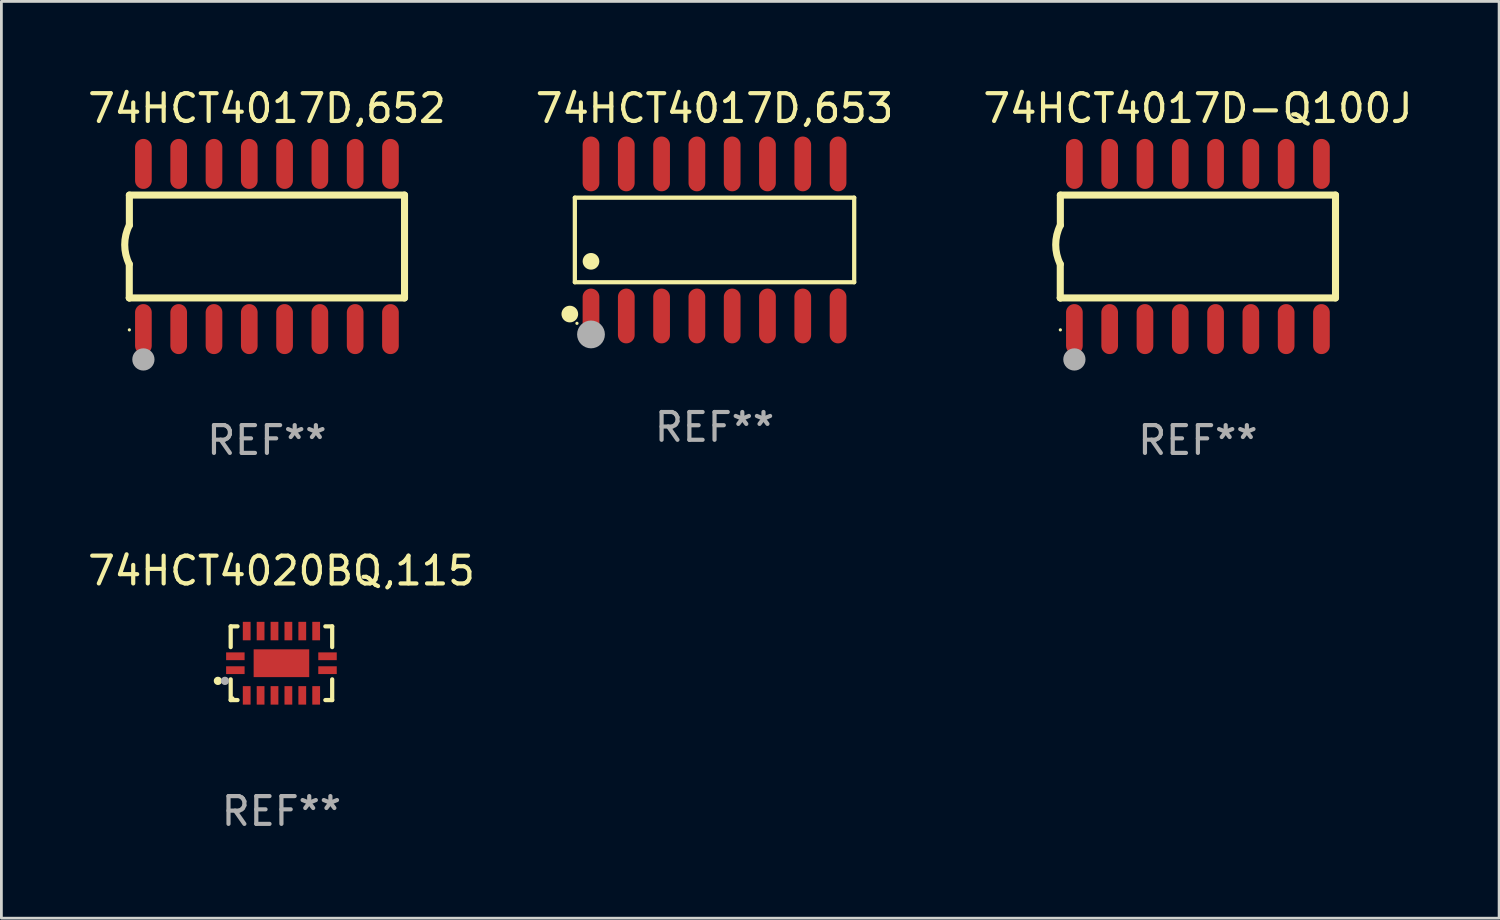
<source format=kicad_pcb>
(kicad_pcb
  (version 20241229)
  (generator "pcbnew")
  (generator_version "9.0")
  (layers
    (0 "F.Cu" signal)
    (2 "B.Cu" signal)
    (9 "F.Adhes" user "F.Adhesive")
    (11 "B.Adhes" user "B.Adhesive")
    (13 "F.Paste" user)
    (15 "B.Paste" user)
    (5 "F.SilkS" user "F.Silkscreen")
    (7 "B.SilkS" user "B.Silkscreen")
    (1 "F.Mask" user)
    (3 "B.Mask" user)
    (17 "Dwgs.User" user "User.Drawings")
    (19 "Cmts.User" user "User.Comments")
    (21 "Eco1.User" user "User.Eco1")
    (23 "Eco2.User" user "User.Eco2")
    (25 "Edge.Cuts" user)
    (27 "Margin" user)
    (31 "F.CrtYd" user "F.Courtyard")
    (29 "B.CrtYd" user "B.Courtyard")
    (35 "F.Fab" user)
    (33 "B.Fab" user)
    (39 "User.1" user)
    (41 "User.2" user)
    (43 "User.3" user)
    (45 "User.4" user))
  (footprint "74HCT4017D-Q100J"
    (layer "F.Cu")
    (at 40.054 5.82)
    (property "Reference" "74HCT4017D-Q100J" (at 0 -4.972 0) (layer "F.SilkS") (effects (font (size 1 1) (thickness 0.15))))
    (attr through_hole)
    (fp_line (start -4.952 0.635) (end -4.952 1.85) (stroke (width 0.254) (type solid)) (layer "F.SilkS"))
    (fp_line (start -4.952 1.85) (end -4.949 1.85) (stroke (width 0.254) (type solid)) (layer "F.SilkS"))
    (fp_line (start -4.949 -1.85) (end -4.949 -0.762) (stroke (width 0.254) (type solid)) (layer "F.SilkS"))
    (fp_line (start -4.949 1.85) (end 4.952 1.85) (stroke (width 0.254) (type solid)) (layer "F.SilkS"))
    (fp_line (start 4.952 -1.85) (end -4.949 -1.85) (stroke (width 0.254) (type solid)) (layer "F.SilkS"))
    (fp_line (start 4.952 1.85) (end 4.952 -1.85) (stroke (width 0.254) (type solid)) (layer "F.SilkS"))
    (fp_arc (start -4.951524 0.635001) (mid -5.116418 -0.0635) (end -4.951524 -0.762002) (stroke (width 0.254001) (type solid)) (layer "F.SilkS"))
    (fp_circle (center -4.949 3) (end -4.919 3) (stroke (width 0.06) (type solid)) (fill no) (layer "F.SilkS"))
    (fp_circle (center -4.444 4.064) (end -4.244 4.064) (stroke (width 0.4) (type solid)) (fill no) (layer "F.Fab"))
    (fp_text user "REF**" (at 0 6.972 0) (layer "F.Fab") (effects (font (size 1 1) (thickness 0.15))))
    (pad "1" smd oval (at -4.444 2.972 180) (size 0.6 1.8) (layers "F.Cu" "F.Mask" "F.Paste"))
    (pad "2" smd oval (at -3.174 2.972 180) (size 0.6 1.8) (layers "F.Cu" "F.Mask" "F.Paste"))
    (pad "3" smd oval (at -1.904 2.972 180) (size 0.6 1.8) (layers "F.Cu" "F.Mask" "F.Paste"))
    (pad "4" smd oval (at -0.634 2.972 180) (size 0.6 1.8) (layers "F.Cu" "F.Mask" "F.Paste"))
    (pad "5" smd oval (at 0.636 2.972 180) (size 0.6 1.8) (layers "F.Cu" "F.Mask" "F.Paste"))
    (pad "6" smd oval (at 1.906 2.972 180) (size 0.6 1.8) (layers "F.Cu" "F.Mask" "F.Paste"))
    (pad "7" smd oval (at 3.176 2.972 180) (size 0.6 1.8) (layers "F.Cu" "F.Mask" "F.Paste"))
    (pad "8" smd oval (at 4.446 2.972 180) (size 0.6 1.8) (layers "F.Cu" "F.Mask" "F.Paste"))
    (pad "9" smd oval (at 4.446 -2.972 180) (size 0.6 1.8) (layers "F.Cu" "F.Mask" "F.Paste"))
    (pad "10" smd oval (at 3.176 -2.972 180) (size 0.6 1.8) (layers "F.Cu" "F.Mask" "F.Paste"))
    (pad "11" smd oval (at 1.906 -2.972 180) (size 0.6 1.8) (layers "F.Cu" "F.Mask" "F.Paste"))
    (pad "12" smd oval (at 0.636 -2.972 180) (size 0.6 1.8) (layers "F.Cu" "F.Mask" "F.Paste"))
    (pad "13" smd oval (at -0.634 -2.972 180) (size 0.6 1.8) (layers "F.Cu" "F.Mask" "F.Paste"))
    (pad "14" smd oval (at -1.904 -2.972 180) (size 0.6 1.8) (layers "F.Cu" "F.Mask" "F.Paste"))
    (pad "15" smd oval (at -3.174 -2.972 180) (size 0.6 1.8) (layers "F.Cu" "F.Mask" "F.Paste"))
    (pad "16" smd oval (at -4.444 -2.972 180) (size 0.6 1.8) (layers "F.Cu" "F.Mask" "F.Paste")))
  (footprint "74HCT4020BQ,115"
    (layer "F.Cu")
    (at 7.077 20.815)
    (property "Reference" "74HCT4020BQ,115" (at 0 -3.326 0) (layer "F.SilkS") (effects (font (size 1 1) (thickness 0.15))))
    (attr through_hole)
    (fp_line (start -1.826 -1.326) (end -1.58 -1.326) (stroke (width 0.152) (type solid)) (layer "F.SilkS"))
    (fp_line (start -1.826 -0.58) (end -1.826 -1.326) (stroke (width 0.152) (type solid)) (layer "F.SilkS"))
    (fp_line (start -1.826 0.58) (end -1.826 1.326) (stroke (width 0.152) (type solid)) (layer "F.SilkS"))
    (fp_line (start -1.826 1.326) (end -1.58 1.326) (stroke (width 0.152) (type solid)) (layer "F.SilkS"))
    (fp_line (start 1.826 -1.326) (end 1.58 -1.326) (stroke (width 0.152) (type solid)) (layer "F.SilkS"))
    (fp_line (start 1.826 -0.58) (end 1.826 -1.326) (stroke (width 0.152) (type solid)) (layer "F.SilkS"))
    (fp_line (start 1.826 0.58) (end 1.826 1.326) (stroke (width 0.152) (type solid)) (layer "F.SilkS"))
    (fp_line (start 1.826 1.326) (end 1.58 1.326) (stroke (width 0.152) (type solid)) (layer "F.SilkS"))
    (fp_circle (center -2.286 0.635) (end -2.211 0.635) (stroke (width 0.15) (type solid)) (fill no) (layer "F.SilkS"))
    (fp_circle (center -1.75 1.25) (end -1.72 1.25) (stroke (width 0.06) (type solid)) (fill no) (layer "F.SilkS"))
    (fp_circle (center -2.032 0.635) (end -1.957 0.635) (stroke (width 0.15) (type solid)) (fill no) (layer "F.Fab"))
    (fp_text user "REF**" (at 0 5.326 0) (layer "F.Fab") (effects (font (size 1 1) (thickness 0.15))))
    (pad "1" smd rect (at -1.658 0.25) (size 0.665 0.28) (layers "F.Cu" "F.Mask" "F.Paste"))
    (pad "2" smd rect (at -1.25 1.157) (size 0.28 0.665) (layers "F.Cu" "F.Mask" "F.Paste"))
    (pad "3" smd rect (at -0.75 1.157) (size 0.28 0.665) (layers "F.Cu" "F.Mask" "F.Paste"))
    (pad "4" smd rect (at -0.25 1.157) (size 0.28 0.665) (layers "F.Cu" "F.Mask" "F.Paste"))
    (pad "5" smd rect (at 0.25 1.157) (size 0.28 0.665) (layers "F.Cu" "F.Mask" "F.Paste"))
    (pad "6" smd rect (at 0.75 1.157) (size 0.28 0.665) (layers "F.Cu" "F.Mask" "F.Paste"))
    (pad "7" smd rect (at 1.25 1.157) (size 0.28 0.665) (layers "F.Cu" "F.Mask" "F.Paste"))
    (pad "8" smd rect (at 1.658 0.25) (size 0.665 0.28) (layers "F.Cu" "F.Mask" "F.Paste"))
    (pad "9" smd rect (at 1.658 -0.25) (size 0.665 0.28) (layers "F.Cu" "F.Mask" "F.Paste"))
    (pad "10" smd rect (at 1.25 -1.157) (size 0.28 0.665) (layers "F.Cu" "F.Mask" "F.Paste"))
    (pad "11" smd rect (at 0.75 -1.157) (size 0.28 0.665) (layers "F.Cu" "F.Mask" "F.Paste"))
    (pad "12" smd rect (at 0.25 -1.157) (size 0.28 0.665) (layers "F.Cu" "F.Mask" "F.Paste"))
    (pad "13" smd rect (at -0.25 -1.157) (size 0.28 0.665) (layers "F.Cu" "F.Mask" "F.Paste"))
    (pad "14" smd rect (at -0.75 -1.157) (size 0.28 0.665) (layers "F.Cu" "F.Mask" "F.Paste"))
    (pad "15" smd rect (at -1.25 -1.157) (size 0.28 0.665) (layers "F.Cu" "F.Mask" "F.Paste"))
    (pad "16" smd rect (at -1.658 -0.25) (size 0.665 0.28) (layers "F.Cu" "F.Mask" "F.Paste"))
    (pad "17" smd rect (at 0 0) (size 2 1) (layers "F.Cu" "F.Mask" "F.Paste")))
  (footprint "74HCT4017D,652"
    (layer "F.Cu")
    (at 6.554 5.82)
    (property "Reference" "74HCT4017D,652" (at 0 -4.972 0) (layer "F.SilkS") (effects (font (size 1 1) (thickness 0.15))))
    (attr through_hole)
    (fp_line (start -4.952 0.635) (end -4.952 1.85) (stroke (width 0.254) (type solid)) (layer "F.SilkS"))
    (fp_line (start -4.952 1.85) (end -4.949 1.85) (stroke (width 0.254) (type solid)) (layer "F.SilkS"))
    (fp_line (start -4.949 -1.85) (end -4.949 -0.762) (stroke (width 0.254) (type solid)) (layer "F.SilkS"))
    (fp_line (start -4.949 1.85) (end 4.952 1.85) (stroke (width 0.254) (type solid)) (layer "F.SilkS"))
    (fp_line (start 4.952 -1.85) (end -4.949 -1.85) (stroke (width 0.254) (type solid)) (layer "F.SilkS"))
    (fp_line (start 4.952 1.85) (end 4.952 -1.85) (stroke (width 0.254) (type solid)) (layer "F.SilkS"))
    (fp_arc (start -4.951524 0.635001) (mid -5.116418 -0.0635) (end -4.951524 -0.762002) (stroke (width 0.254001) (type solid)) (layer "F.SilkS"))
    (fp_circle (center -4.949 3) (end -4.919 3) (stroke (width 0.06) (type solid)) (fill no) (layer "F.SilkS"))
    (fp_circle (center -4.444 4.064) (end -4.244 4.064) (stroke (width 0.4) (type solid)) (fill no) (layer "F.Fab"))
    (fp_text user "REF**" (at 0 6.972 0) (layer "F.Fab") (effects (font (size 1 1) (thickness 0.15))))
    (pad "1" smd oval (at -4.444 2.972 180) (size 0.6 1.8) (layers "F.Cu" "F.Mask" "F.Paste"))
    (pad "2" smd oval (at -3.174 2.972 180) (size 0.6 1.8) (layers "F.Cu" "F.Mask" "F.Paste"))
    (pad "3" smd oval (at -1.904 2.972 180) (size 0.6 1.8) (layers "F.Cu" "F.Mask" "F.Paste"))
    (pad "4" smd oval (at -0.634 2.972 180) (size 0.6 1.8) (layers "F.Cu" "F.Mask" "F.Paste"))
    (pad "5" smd oval (at 0.636 2.972 180) (size 0.6 1.8) (layers "F.Cu" "F.Mask" "F.Paste"))
    (pad "6" smd oval (at 1.906 2.972 180) (size 0.6 1.8) (layers "F.Cu" "F.Mask" "F.Paste"))
    (pad "7" smd oval (at 3.176 2.972 180) (size 0.6 1.8) (layers "F.Cu" "F.Mask" "F.Paste"))
    (pad "8" smd oval (at 4.446 2.972 180) (size 0.6 1.8) (layers "F.Cu" "F.Mask" "F.Paste"))
    (pad "9" smd oval (at 4.446 -2.972 180) (size 0.6 1.8) (layers "F.Cu" "F.Mask" "F.Paste"))
    (pad "10" smd oval (at 3.176 -2.972 180) (size 0.6 1.8) (layers "F.Cu" "F.Mask" "F.Paste"))
    (pad "11" smd oval (at 1.906 -2.972 180) (size 0.6 1.8) (layers "F.Cu" "F.Mask" "F.Paste"))
    (pad "12" smd oval (at 0.636 -2.972 180) (size 0.6 1.8) (layers "F.Cu" "F.Mask" "F.Paste"))
    (pad "13" smd oval (at -0.634 -2.972 180) (size 0.6 1.8) (layers "F.Cu" "F.Mask" "F.Paste"))
    (pad "14" smd oval (at -1.904 -2.972 180) (size 0.6 1.8) (layers "F.Cu" "F.Mask" "F.Paste"))
    (pad "15" smd oval (at -3.174 -2.972 180) (size 0.6 1.8) (layers "F.Cu" "F.Mask" "F.Paste"))
    (pad "16" smd oval (at -4.444 -2.972 180) (size 0.6 1.8) (layers "F.Cu" "F.Mask" "F.Paste")))
  (footprint "74HCT4017D,653"
    (layer "F.Cu")
    (at 22.661 5.584)
    (property "Reference" "74HCT4017D,653" (at 0 -4.736 0) (layer "F.SilkS") (effects (font (size 1 1) (thickness 0.15))))
    (attr through_hole)
    (fp_line (start -5.026 -1.521) (end 5.026 -1.521) (stroke (width 0.152) (type solid)) (layer "F.SilkS"))
    (fp_line (start -5.026 1.521) (end -5.026 -1.521) (stroke (width 0.152) (type solid)) (layer "F.SilkS"))
    (fp_line (start 5.026 -1.521) (end 5.026 1.521) (stroke (width 0.152) (type solid)) (layer "F.SilkS"))
    (fp_line (start 5.026 1.521) (end -5.026 1.521) (stroke (width 0.152) (type solid)) (layer "F.SilkS"))
    (fp_circle (center -5.207 2.667) (end -5.057 2.667) (stroke (width 0.3) (type solid)) (fill no) (layer "F.SilkS"))
    (fp_circle (center -4.95 3) (end -4.92 3) (stroke (width 0.06) (type solid)) (fill no) (layer "F.SilkS"))
    (fp_circle (center -4.445 0.769) (end -4.295 0.769) (stroke (width 0.3) (type solid)) (fill no) (layer "F.SilkS"))
    (fp_circle (center -4.445 3.4) (end -4.195 3.4) (stroke (width 0.5) (type solid)) (fill no) (layer "F.Fab"))
    (fp_text user "REF**" (at 0 6.736 0) (layer "F.Fab") (effects (font (size 1 1) (thickness 0.15))))
    (pad "1" smd oval (at -4.445 2.736) (size 0.602 1.971) (layers "F.Cu" "F.Mask" "F.Paste"))
    (pad "2" smd oval (at -3.175 2.736) (size 0.602 1.971) (layers "F.Cu" "F.Mask" "F.Paste"))
    (pad "3" smd oval (at -1.905 2.736) (size 0.602 1.971) (layers "F.Cu" "F.Mask" "F.Paste"))
    (pad "4" smd oval (at -0.635 2.736) (size 0.602 1.971) (layers "F.Cu" "F.Mask" "F.Paste"))
    (pad "5" smd oval (at 0.635 2.736) (size 0.602 1.971) (layers "F.Cu" "F.Mask" "F.Paste"))
    (pad "6" smd oval (at 1.905 2.736) (size 0.602 1.971) (layers "F.Cu" "F.Mask" "F.Paste"))
    (pad "7" smd oval (at 3.175 2.736) (size 0.602 1.971) (layers "F.Cu" "F.Mask" "F.Paste"))
    (pad "8" smd oval (at 4.445 2.736) (size 0.602 1.971) (layers "F.Cu" "F.Mask" "F.Paste"))
    (pad "9" smd oval (at 4.445 -2.736) (size 0.602 1.971) (layers "F.Cu" "F.Mask" "F.Paste"))
    (pad "10" smd oval (at 3.175 -2.736) (size 0.602 1.971) (layers "F.Cu" "F.Mask" "F.Paste"))
    (pad "11" smd oval (at 1.905 -2.736) (size 0.602 1.971) (layers "F.Cu" "F.Mask" "F.Paste"))
    (pad "12" smd oval (at 0.635 -2.736) (size 0.602 1.971) (layers "F.Cu" "F.Mask" "F.Paste"))
    (pad "13" smd oval (at -0.635 -2.736) (size 0.602 1.971) (layers "F.Cu" "F.Mask" "F.Paste"))
    (pad "14" smd oval (at -1.905 -2.736) (size 0.602 1.971) (layers "F.Cu" "F.Mask" "F.Paste"))
    (pad "15" smd oval (at -3.175 -2.736) (size 0.602 1.971) (layers "F.Cu" "F.Mask" "F.Paste"))
    (pad "16" smd oval (at -4.445 -2.736) (size 0.602 1.971) (layers "F.Cu" "F.Mask" "F.Paste")))
  (gr_rect
    (start -3 -3)
    (end 50.893 29.989)
    (stroke (width 0.1) (type default))
    (fill no)
    (layer "Edge.Cuts")))
</source>
